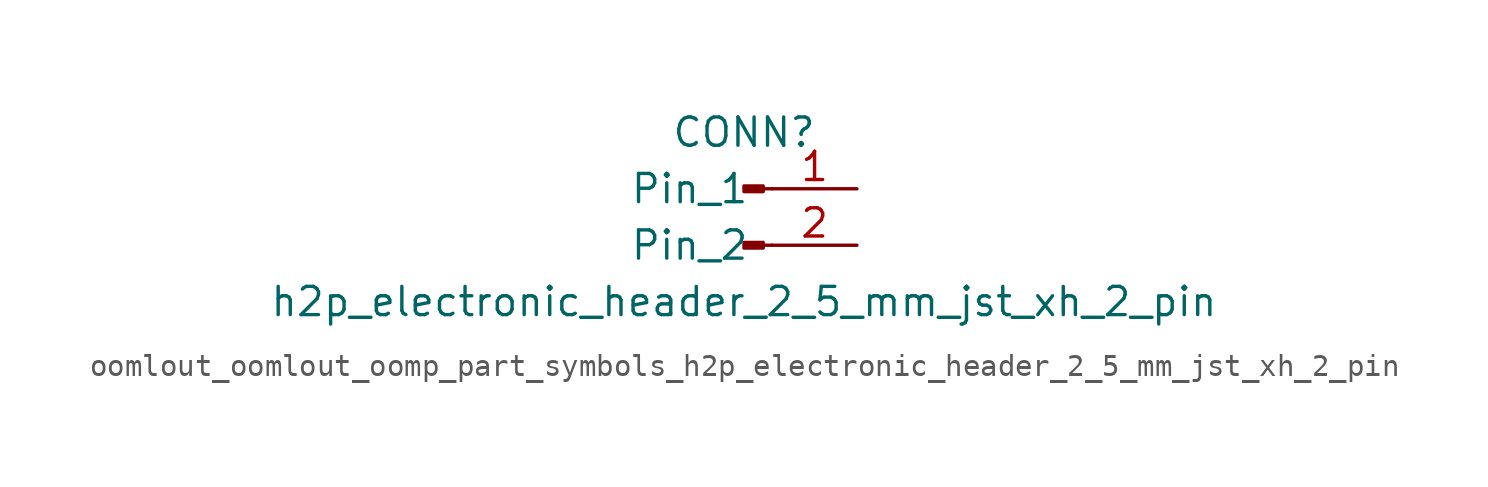
<source format=kicad_sym>
(kicad_symbol_lib
  (version 20220914)
  (generator kicad_symbol_editor)
  (symbol "oomlout_oomlout_oomp_part_symbols_h2p_electronic_header_2_5_mm_jst_xh_2_pin"
    (pin_names
      (offset 1.016))
    (property "Reference" "CONN"
      (at 0 2.54 0)
      (effects (font (size 1.27 1.27))))
    (property "Value" "h2p_electronic_header_2_5_mm_jst_xh_2_pin"
      (at 0 -5.08 0)
      (effects (font (size 1.27 1.27))))
    (property "ki_locked" ""
      (at 0 0 0)
      (effects (font (size 1.27 1.27))))
    (symbol "oomlout_oomlout_oomp_part_symbols_h2p_electronic_header_2_5_mm_jst_xh_2_pin_1_1"
      (polyline (pts (xy 1.27 -2.54) (xy 0.864 -2.54)) (stroke (width 0.152) (type default)) (fill (type none)))
      (polyline (pts (xy 1.27 0) (xy 0.864 0)) (stroke (width 0.152) (type default)) (fill (type none)))
      (rectangle (start 0.864 -2.413) (end 0 -2.667) (stroke (width 0.152) (type default)) (fill (type outline)))
      (rectangle (start 0.864 0.127) (end 0 -0.127) (stroke (width 0.152) (type default)) (fill (type outline)))
      (pin passive line (at 5.08 0 180) (length 3.81) (name "Pin_1" (effects (font (size 1.27 1.27)))) (number "1" (effects (font (size 1.27 1.27)))))
      (pin passive line (at 5.08 -2.54 180) (length 3.81) (name "Pin_2" (effects (font (size 1.27 1.27)))) (number "2" (effects (font (size 1.27 1.27))))))))
</source>
